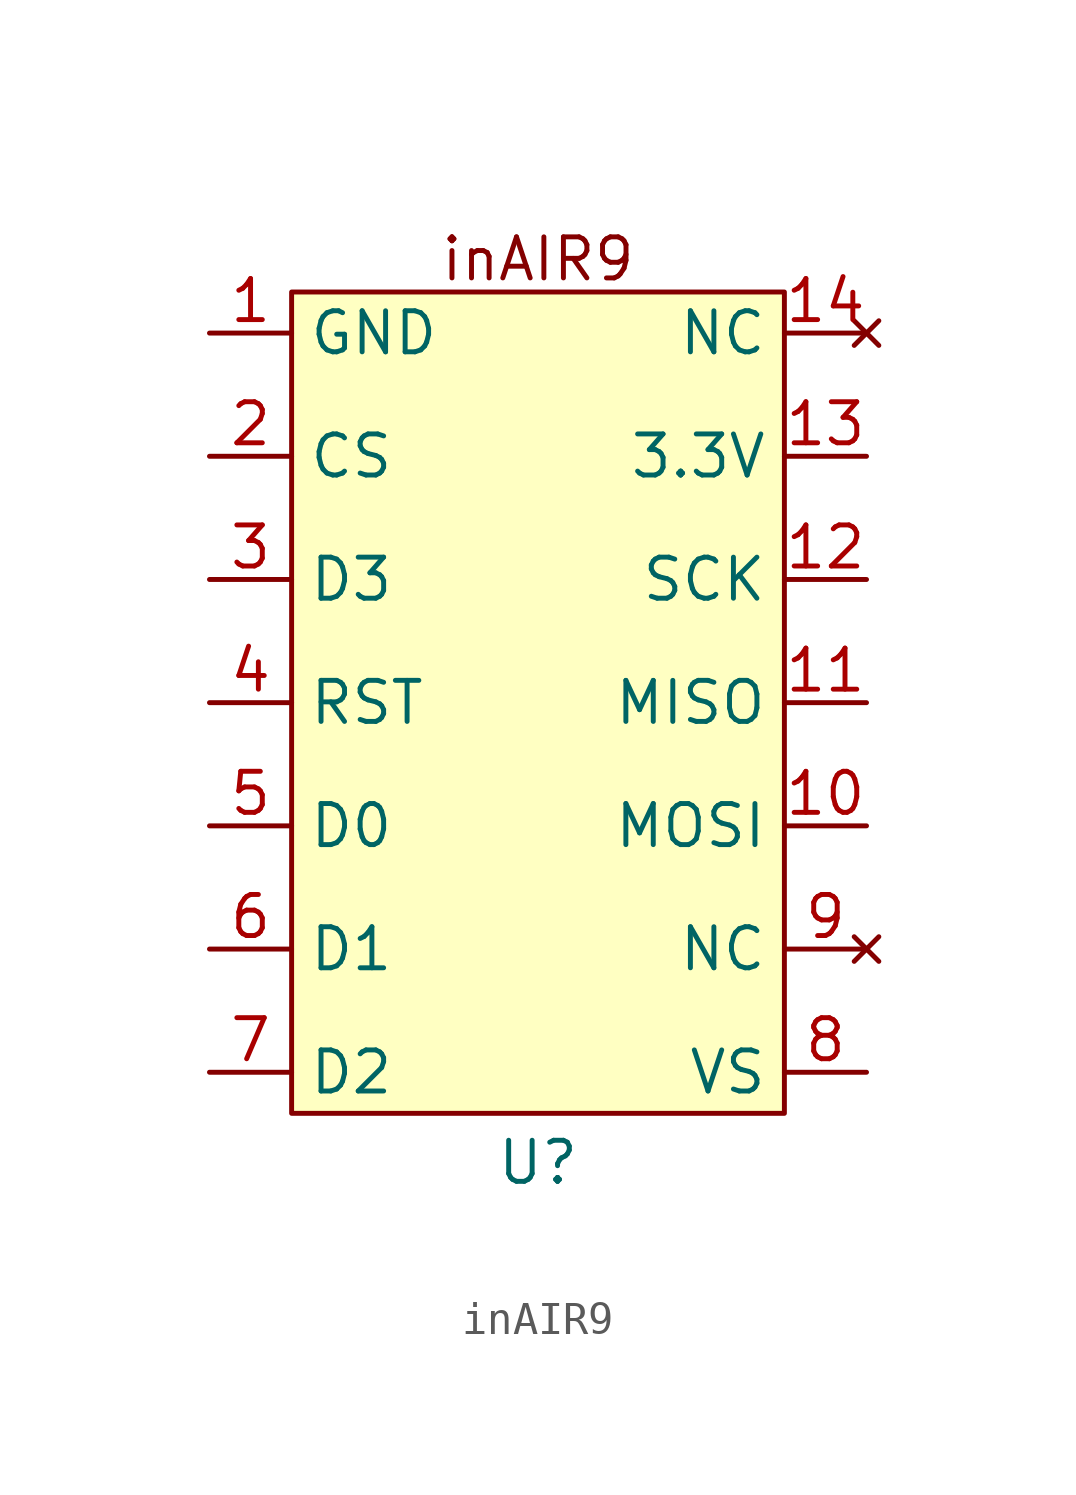
<source format=kicad_sym>
(kicad_symbol_lib
  (version 20231120)
  (generator "kicad_symbol_editor")
  (generator_version "8.0")
  (symbol "inAIR9"
    (property "Reference" "U"
      (at 0 -14.224 0)
      (effects (font (size 1.27 1.27))))
    (property "Value" ""
      (at 0 0 0)
      (effects (font (size 1.27 1.27))))
    (symbol "inAIR9_1_1"
      (rectangle (start -7.62 12.7) (end 7.62 -12.7) (stroke (width 0) (type default)) (fill (type background)))
      (text "inAIR9" (at 0 13.716 0) (effects (font (size 1.27 1.27))))
      (pin input line (at -10.16 11.43 0) (length 2.54) (name "GND" (effects (font (size 1.27 1.27)))) (number "1" (effects (font (size 1.27 1.27)))))
      (pin input line (at 10.16 -3.81 180) (length 2.54) (name "MOSI" (effects (font (size 1.27 1.27)))) (number "10" (effects (font (size 1.27 1.27)))))
      (pin input line (at 10.16 0 180) (length 2.54) (name "MISO" (effects (font (size 1.27 1.27)))) (number "11" (effects (font (size 1.27 1.27)))))
      (pin input line (at 10.16 3.81 180) (length 2.54) (name "SCK" (effects (font (size 1.27 1.27)))) (number "12" (effects (font (size 1.27 1.27)))))
      (pin input line (at 10.16 7.62 180) (length 2.54) (name "3.3V" (effects (font (size 1.27 1.27)))) (number "13" (effects (font (size 1.27 1.27)))))
      (pin no_connect line (at 10.16 11.43 180) (length 2.54) (name "NC" (effects (font (size 1.27 1.27)))) (number "14" (effects (font (size 1.27 1.27)))))
      (pin input line (at -10.16 7.62 0) (length 2.54) (name "CS" (effects (font (size 1.27 1.27)))) (number "2" (effects (font (size 1.27 1.27)))))
      (pin input line (at -10.16 3.81 0) (length 2.54) (name "D3" (effects (font (size 1.27 1.27)))) (number "3" (effects (font (size 1.27 1.27)))))
      (pin input line (at -10.16 0 0) (length 2.54) (name "RST" (effects (font (size 1.27 1.27)))) (number "4" (effects (font (size 1.27 1.27)))))
      (pin input line (at -10.16 -3.81 0) (length 2.54) (name "D0" (effects (font (size 1.27 1.27)))) (number "5" (effects (font (size 1.27 1.27)))))
      (pin input line (at -10.16 -7.62 0) (length 2.54) (name "D1" (effects (font (size 1.27 1.27)))) (number "6" (effects (font (size 1.27 1.27)))))
      (pin input line (at -10.16 -11.43 0) (length 2.54) (name "D2" (effects (font (size 1.27 1.27)))) (number "7" (effects (font (size 1.27 1.27)))))
      (pin input line (at 10.16 -11.43 180) (length 2.54) (name "VS" (effects (font (size 1.27 1.27)))) (number "8" (effects (font (size 1.27 1.27)))))
      (pin no_connect line (at 10.16 -7.62 180) (length 2.54) (name "NC" (effects (font (size 1.27 1.27)))) (number "9" (effects (font (size 1.27 1.27))))))))
</source>
